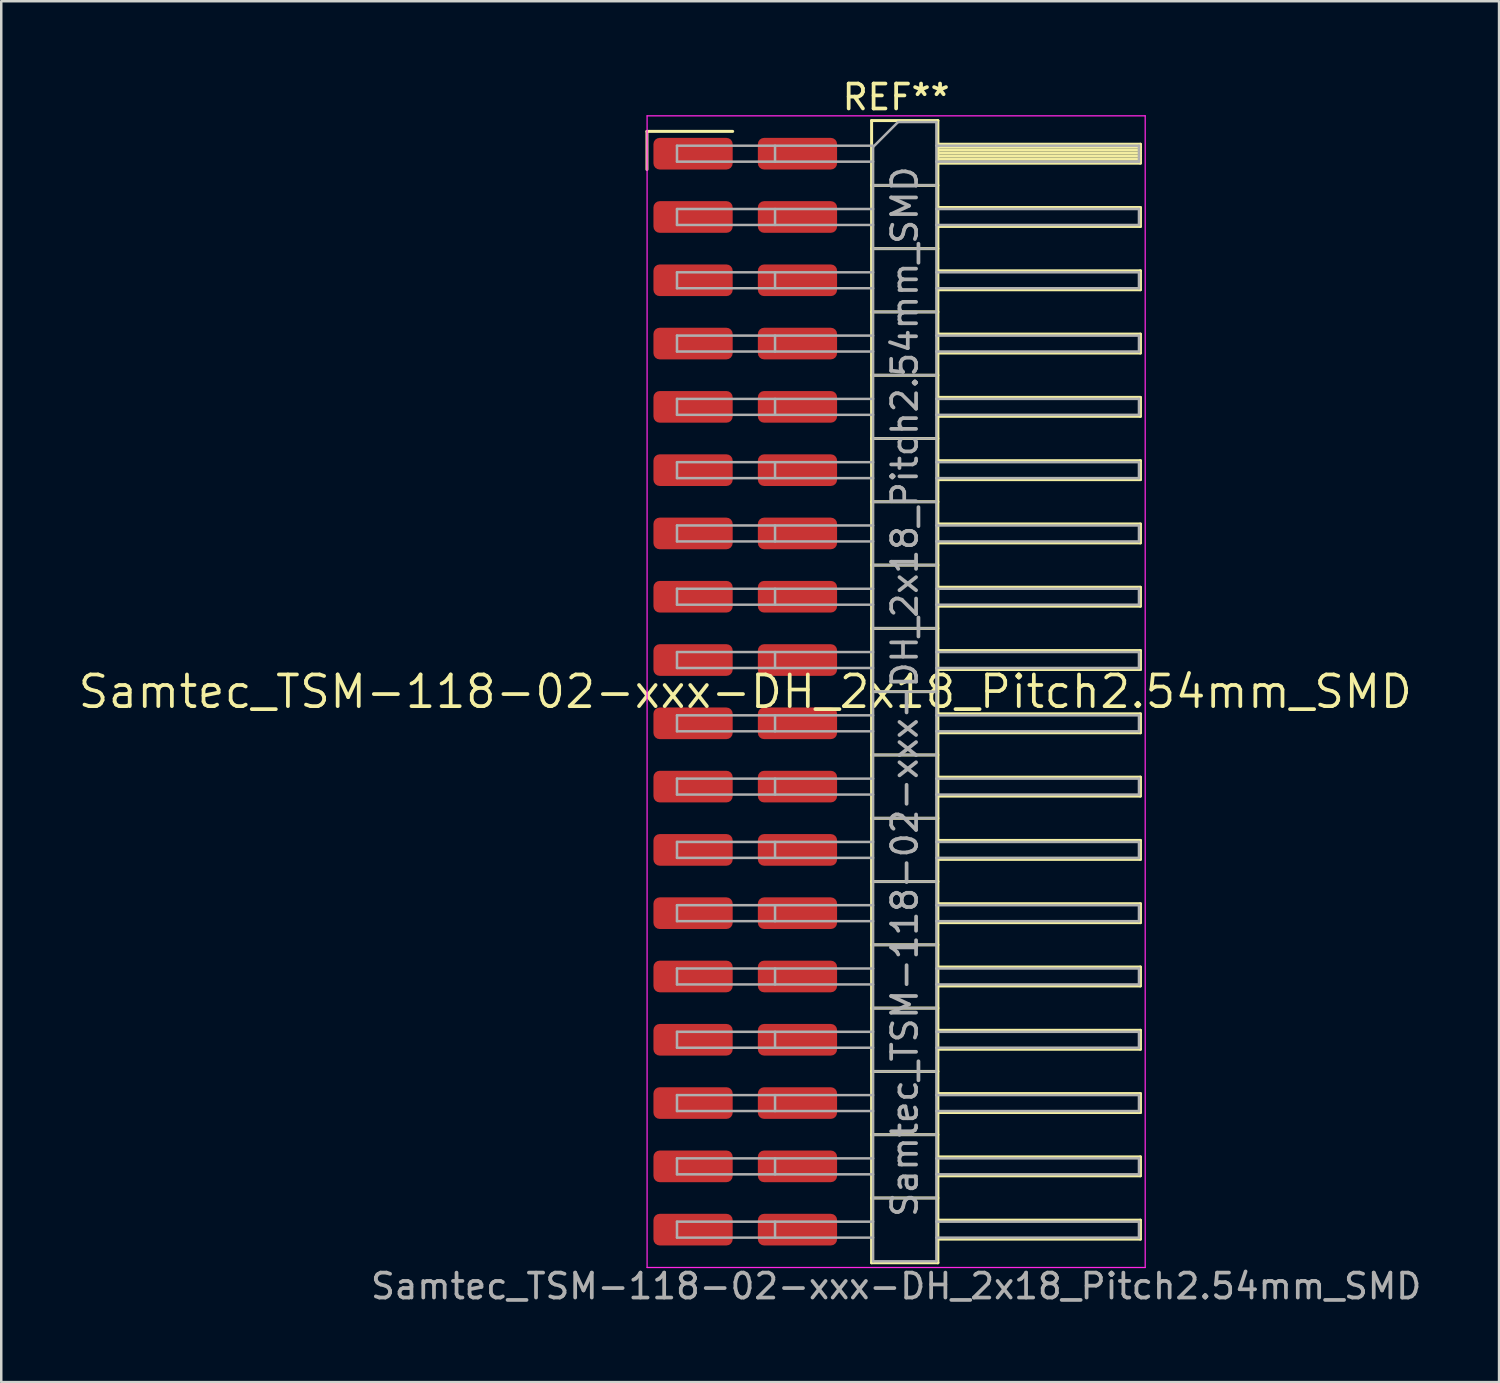
<source format=kicad_pcb>
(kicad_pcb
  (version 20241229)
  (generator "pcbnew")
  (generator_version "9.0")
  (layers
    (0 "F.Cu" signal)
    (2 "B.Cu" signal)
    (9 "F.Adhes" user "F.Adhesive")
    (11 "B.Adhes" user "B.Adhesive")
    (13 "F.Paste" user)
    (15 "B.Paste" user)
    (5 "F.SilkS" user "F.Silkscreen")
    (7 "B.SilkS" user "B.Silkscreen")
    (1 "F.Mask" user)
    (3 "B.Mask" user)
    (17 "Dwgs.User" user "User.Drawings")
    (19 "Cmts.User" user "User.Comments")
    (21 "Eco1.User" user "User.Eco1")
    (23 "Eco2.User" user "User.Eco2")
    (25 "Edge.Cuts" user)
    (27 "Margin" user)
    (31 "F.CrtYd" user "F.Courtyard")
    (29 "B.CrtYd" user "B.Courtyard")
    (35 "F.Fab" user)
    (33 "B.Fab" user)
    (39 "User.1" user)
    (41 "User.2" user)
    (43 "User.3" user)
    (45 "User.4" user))
  (footprint "Samtec_TSM-118-02-xxx-DH_2x18_Pitch2.54mm_SMD"
    (layer "F.Cu")
    (at 26.859 24.708)
    (property "Reference" "Samtec_TSM-118-02-xxx-DH_2x18_Pitch2.54mm_SMD" (at 0 0 0) (layer "F.SilkS") (effects (font (size 1.27 1.27) (thickness 0.15))))
    (attr smd)
    (fp_line (start -3.945 -22.485) (end -0.505 -22.485) (stroke (width 0.12) (type solid)) (layer "F.SilkS"))
    (fp_line (start -3.945 -20.955) (end -3.945 -22.485) (stroke (width 0.12) (type solid)) (layer "F.SilkS"))
    (fp_line (start 5.07 -22.92) (end 7.73 -22.92) (stroke (width 0.12) (type solid)) (layer "F.SilkS"))
    (fp_line (start 5.07 -20.32) (end 7.73 -20.32) (stroke (width 0.12) (type solid)) (layer "F.SilkS"))
    (fp_line (start 5.07 -17.78) (end 7.73 -17.78) (stroke (width 0.12) (type solid)) (layer "F.SilkS"))
    (fp_line (start 5.07 -15.24) (end 7.73 -15.24) (stroke (width 0.12) (type solid)) (layer "F.SilkS"))
    (fp_line (start 5.07 -12.7) (end 7.73 -12.7) (stroke (width 0.12) (type solid)) (layer "F.SilkS"))
    (fp_line (start 5.07 -10.16) (end 7.73 -10.16) (stroke (width 0.12) (type solid)) (layer "F.SilkS"))
    (fp_line (start 5.07 -7.62) (end 7.73 -7.62) (stroke (width 0.12) (type solid)) (layer "F.SilkS"))
    (fp_line (start 5.07 -5.08) (end 7.73 -5.08) (stroke (width 0.12) (type solid)) (layer "F.SilkS"))
    (fp_line (start 5.07 -2.54) (end 7.73 -2.54) (stroke (width 0.12) (type solid)) (layer "F.SilkS"))
    (fp_line (start 5.07 0) (end 7.73 0) (stroke (width 0.12) (type solid)) (layer "F.SilkS"))
    (fp_line (start 5.07 2.54) (end 7.73 2.54) (stroke (width 0.12) (type solid)) (layer "F.SilkS"))
    (fp_line (start 5.07 5.08) (end 7.73 5.08) (stroke (width 0.12) (type solid)) (layer "F.SilkS"))
    (fp_line (start 5.07 7.62) (end 7.73 7.62) (stroke (width 0.12) (type solid)) (layer "F.SilkS"))
    (fp_line (start 5.07 10.16) (end 7.73 10.16) (stroke (width 0.12) (type solid)) (layer "F.SilkS"))
    (fp_line (start 5.07 12.7) (end 7.73 12.7) (stroke (width 0.12) (type solid)) (layer "F.SilkS"))
    (fp_line (start 5.07 15.24) (end 7.73 15.24) (stroke (width 0.12) (type solid)) (layer "F.SilkS"))
    (fp_line (start 5.07 17.78) (end 7.73 17.78) (stroke (width 0.12) (type solid)) (layer "F.SilkS"))
    (fp_line (start 5.07 20.32) (end 7.73 20.32) (stroke (width 0.12) (type solid)) (layer "F.SilkS"))
    (fp_line (start 5.07 22.92) (end 5.07 -22.92) (stroke (width 0.12) (type solid)) (layer "F.SilkS"))
    (fp_line (start 7.73 -22.92) (end 7.73 22.92) (stroke (width 0.12) (type solid)) (layer "F.SilkS"))
    (fp_line (start 7.73 -21.97) (end 15.86 -21.97) (stroke (width 0.12) (type solid)) (layer "F.SilkS"))
    (fp_line (start 7.73 -21.85) (end 15.86 -21.85) (stroke (width 0.12) (type solid)) (layer "F.SilkS"))
    (fp_line (start 7.73 -21.73) (end 15.86 -21.73) (stroke (width 0.12) (type solid)) (layer "F.SilkS"))
    (fp_line (start 7.73 -21.61) (end 15.86 -21.61) (stroke (width 0.12) (type solid)) (layer "F.SilkS"))
    (fp_line (start 7.73 -21.49) (end 15.86 -21.49) (stroke (width 0.12) (type solid)) (layer "F.SilkS"))
    (fp_line (start 7.73 -21.37) (end 15.86 -21.37) (stroke (width 0.12) (type solid)) (layer "F.SilkS"))
    (fp_line (start 7.73 -21.25) (end 15.86 -21.25) (stroke (width 0.12) (type solid)) (layer "F.SilkS"))
    (fp_line (start 7.73 -21.21) (end 15.86 -21.21) (stroke (width 0.12) (type solid)) (layer "F.SilkS"))
    (fp_line (start 7.73 -19.43) (end 15.86 -19.43) (stroke (width 0.12) (type solid)) (layer "F.SilkS"))
    (fp_line (start 7.73 -18.67) (end 15.86 -18.67) (stroke (width 0.12) (type solid)) (layer "F.SilkS"))
    (fp_line (start 7.73 -16.89) (end 15.86 -16.89) (stroke (width 0.12) (type solid)) (layer "F.SilkS"))
    (fp_line (start 7.73 -16.13) (end 15.86 -16.13) (stroke (width 0.12) (type solid)) (layer "F.SilkS"))
    (fp_line (start 7.73 -14.35) (end 15.86 -14.35) (stroke (width 0.12) (type solid)) (layer "F.SilkS"))
    (fp_line (start 7.73 -13.59) (end 15.86 -13.59) (stroke (width 0.12) (type solid)) (layer "F.SilkS"))
    (fp_line (start 7.73 -11.81) (end 15.86 -11.81) (stroke (width 0.12) (type solid)) (layer "F.SilkS"))
    (fp_line (start 7.73 -11.05) (end 15.86 -11.05) (stroke (width 0.12) (type solid)) (layer "F.SilkS"))
    (fp_line (start 7.73 -9.27) (end 15.86 -9.27) (stroke (width 0.12) (type solid)) (layer "F.SilkS"))
    (fp_line (start 7.73 -8.51) (end 15.86 -8.51) (stroke (width 0.12) (type solid)) (layer "F.SilkS"))
    (fp_line (start 7.73 -6.73) (end 15.86 -6.73) (stroke (width 0.12) (type solid)) (layer "F.SilkS"))
    (fp_line (start 7.73 -5.97) (end 15.86 -5.97) (stroke (width 0.12) (type solid)) (layer "F.SilkS"))
    (fp_line (start 7.73 -4.19) (end 15.86 -4.19) (stroke (width 0.12) (type solid)) (layer "F.SilkS"))
    (fp_line (start 7.73 -3.43) (end 15.86 -3.43) (stroke (width 0.12) (type solid)) (layer "F.SilkS"))
    (fp_line (start 7.73 -1.65) (end 15.86 -1.65) (stroke (width 0.12) (type solid)) (layer "F.SilkS"))
    (fp_line (start 7.73 -0.89) (end 15.86 -0.89) (stroke (width 0.12) (type solid)) (layer "F.SilkS"))
    (fp_line (start 7.73 0.89) (end 15.86 0.89) (stroke (width 0.12) (type solid)) (layer "F.SilkS"))
    (fp_line (start 7.73 1.65) (end 15.86 1.65) (stroke (width 0.12) (type solid)) (layer "F.SilkS"))
    (fp_line (start 7.73 3.43) (end 15.86 3.43) (stroke (width 0.12) (type solid)) (layer "F.SilkS"))
    (fp_line (start 7.73 4.19) (end 15.86 4.19) (stroke (width 0.12) (type solid)) (layer "F.SilkS"))
    (fp_line (start 7.73 5.97) (end 15.86 5.97) (stroke (width 0.12) (type solid)) (layer "F.SilkS"))
    (fp_line (start 7.73 6.73) (end 15.86 6.73) (stroke (width 0.12) (type solid)) (layer "F.SilkS"))
    (fp_line (start 7.73 8.51) (end 15.86 8.51) (stroke (width 0.12) (type solid)) (layer "F.SilkS"))
    (fp_line (start 7.73 9.27) (end 15.86 9.27) (stroke (width 0.12) (type solid)) (layer "F.SilkS"))
    (fp_line (start 7.73 11.05) (end 15.86 11.05) (stroke (width 0.12) (type solid)) (layer "F.SilkS"))
    (fp_line (start 7.73 11.81) (end 15.86 11.81) (stroke (width 0.12) (type solid)) (layer "F.SilkS"))
    (fp_line (start 7.73 13.59) (end 15.86 13.59) (stroke (width 0.12) (type solid)) (layer "F.SilkS"))
    (fp_line (start 7.73 14.35) (end 15.86 14.35) (stroke (width 0.12) (type solid)) (layer "F.SilkS"))
    (fp_line (start 7.73 16.13) (end 15.86 16.13) (stroke (width 0.12) (type solid)) (layer "F.SilkS"))
    (fp_line (start 7.73 16.89) (end 15.86 16.89) (stroke (width 0.12) (type solid)) (layer "F.SilkS"))
    (fp_line (start 7.73 18.67) (end 15.86 18.67) (stroke (width 0.12) (type solid)) (layer "F.SilkS"))
    (fp_line (start 7.73 19.43) (end 15.86 19.43) (stroke (width 0.12) (type solid)) (layer "F.SilkS"))
    (fp_line (start 7.73 21.21) (end 15.86 21.21) (stroke (width 0.12) (type solid)) (layer "F.SilkS"))
    (fp_line (start 7.73 21.97) (end 15.86 21.97) (stroke (width 0.12) (type solid)) (layer "F.SilkS"))
    (fp_line (start 7.73 22.92) (end 5.07 22.92) (stroke (width 0.12) (type solid)) (layer "F.SilkS"))
    (fp_line (start 15.86 -21.97) (end 15.86 -21.21) (stroke (width 0.12) (type solid)) (layer "F.SilkS"))
    (fp_line (start 15.86 -19.43) (end 15.86 -18.67) (stroke (width 0.12) (type solid)) (layer "F.SilkS"))
    (fp_line (start 15.86 -16.89) (end 15.86 -16.13) (stroke (width 0.12) (type solid)) (layer "F.SilkS"))
    (fp_line (start 15.86 -14.35) (end 15.86 -13.59) (stroke (width 0.12) (type solid)) (layer "F.SilkS"))
    (fp_line (start 15.86 -11.81) (end 15.86 -11.05) (stroke (width 0.12) (type solid)) (layer "F.SilkS"))
    (fp_line (start 15.86 -9.27) (end 15.86 -8.51) (stroke (width 0.12) (type solid)) (layer "F.SilkS"))
    (fp_line (start 15.86 -6.73) (end 15.86 -5.97) (stroke (width 0.12) (type solid)) (layer "F.SilkS"))
    (fp_line (start 15.86 -4.19) (end 15.86 -3.43) (stroke (width 0.12) (type solid)) (layer "F.SilkS"))
    (fp_line (start 15.86 -1.65) (end 15.86 -0.89) (stroke (width 0.12) (type solid)) (layer "F.SilkS"))
    (fp_line (start 15.86 0.89) (end 15.86 1.65) (stroke (width 0.12) (type solid)) (layer "F.SilkS"))
    (fp_line (start 15.86 3.43) (end 15.86 4.19) (stroke (width 0.12) (type solid)) (layer "F.SilkS"))
    (fp_line (start 15.86 5.97) (end 15.86 6.73) (stroke (width 0.12) (type solid)) (layer "F.SilkS"))
    (fp_line (start 15.86 8.51) (end 15.86 9.27) (stroke (width 0.12) (type solid)) (layer "F.SilkS"))
    (fp_line (start 15.86 11.05) (end 15.86 11.81) (stroke (width 0.12) (type solid)) (layer "F.SilkS"))
    (fp_line (start 15.86 13.59) (end 15.86 14.35) (stroke (width 0.12) (type solid)) (layer "F.SilkS"))
    (fp_line (start 15.86 16.13) (end 15.86 16.89) (stroke (width 0.12) (type solid)) (layer "F.SilkS"))
    (fp_line (start 15.86 18.67) (end 15.86 19.43) (stroke (width 0.12) (type solid)) (layer "F.SilkS"))
    (fp_line (start 15.86 21.21) (end 15.86 21.97) (stroke (width 0.12) (type solid)) (layer "F.SilkS"))
    (fp_line (start -3.94 -23.11) (end 16.05 -23.11) (stroke (width 0.05) (type solid)) (layer "F.CrtYd"))
    (fp_line (start -3.94 23.11) (end -3.94 -23.11) (stroke (width 0.05) (type solid)) (layer "F.CrtYd"))
    (fp_line (start 16.05 -23.11) (end 16.05 23.11) (stroke (width 0.05) (type solid)) (layer "F.CrtYd"))
    (fp_line (start 16.05 23.11) (end -3.94 23.11) (stroke (width 0.05) (type solid)) (layer "F.CrtYd"))
    (fp_line (start -2.74 -21.91) (end -2.74 -21.27) (stroke (width 0.1) (type solid)) (layer "F.Fab"))
    (fp_line (start -2.74 -21.91) (end 5.13 -21.91) (stroke (width 0.1) (type solid)) (layer "F.Fab"))
    (fp_line (start -2.74 -21.27) (end 5.13 -21.27) (stroke (width 0.1) (type solid)) (layer "F.Fab"))
    (fp_line (start -2.74 -19.37) (end -2.74 -18.73) (stroke (width 0.1) (type solid)) (layer "F.Fab"))
    (fp_line (start -2.74 -19.37) (end 5.13 -19.37) (stroke (width 0.1) (type solid)) (layer "F.Fab"))
    (fp_line (start -2.74 -18.73) (end 5.13 -18.73) (stroke (width 0.1) (type solid)) (layer "F.Fab"))
    (fp_line (start -2.74 -16.83) (end -2.74 -16.19) (stroke (width 0.1) (type solid)) (layer "F.Fab"))
    (fp_line (start -2.74 -16.83) (end 5.13 -16.83) (stroke (width 0.1) (type solid)) (layer "F.Fab"))
    (fp_line (start -2.74 -16.19) (end 5.13 -16.19) (stroke (width 0.1) (type solid)) (layer "F.Fab"))
    (fp_line (start -2.74 -14.29) (end -2.74 -13.65) (stroke (width 0.1) (type solid)) (layer "F.Fab"))
    (fp_line (start -2.74 -14.29) (end 5.13 -14.29) (stroke (width 0.1) (type solid)) (layer "F.Fab"))
    (fp_line (start -2.74 -13.65) (end 5.13 -13.65) (stroke (width 0.1) (type solid)) (layer "F.Fab"))
    (fp_line (start -2.74 -11.75) (end -2.74 -11.11) (stroke (width 0.1) (type solid)) (layer "F.Fab"))
    (fp_line (start -2.74 -11.75) (end 5.13 -11.75) (stroke (width 0.1) (type solid)) (layer "F.Fab"))
    (fp_line (start -2.74 -11.11) (end 5.13 -11.11) (stroke (width 0.1) (type solid)) (layer "F.Fab"))
    (fp_line (start -2.74 -9.21) (end -2.74 -8.57) (stroke (width 0.1) (type solid)) (layer "F.Fab"))
    (fp_line (start -2.74 -9.21) (end 5.13 -9.21) (stroke (width 0.1) (type solid)) (layer "F.Fab"))
    (fp_line (start -2.74 -8.57) (end 5.13 -8.57) (stroke (width 0.1) (type solid)) (layer "F.Fab"))
    (fp_line (start -2.74 -6.67) (end -2.74 -6.03) (stroke (width 0.1) (type solid)) (layer "F.Fab"))
    (fp_line (start -2.74 -6.67) (end 5.13 -6.67) (stroke (width 0.1) (type solid)) (layer "F.Fab"))
    (fp_line (start -2.74 -6.03) (end 5.13 -6.03) (stroke (width 0.1) (type solid)) (layer "F.Fab"))
    (fp_line (start -2.74 -4.13) (end -2.74 -3.49) (stroke (width 0.1) (type solid)) (layer "F.Fab"))
    (fp_line (start -2.74 -4.13) (end 5.13 -4.13) (stroke (width 0.1) (type solid)) (layer "F.Fab"))
    (fp_line (start -2.74 -3.49) (end 5.13 -3.49) (stroke (width 0.1) (type solid)) (layer "F.Fab"))
    (fp_line (start -2.74 -1.59) (end -2.74 -0.95) (stroke (width 0.1) (type solid)) (layer "F.Fab"))
    (fp_line (start -2.74 -1.59) (end 5.13 -1.59) (stroke (width 0.1) (type solid)) (layer "F.Fab"))
    (fp_line (start -2.74 -0.95) (end 5.13 -0.95) (stroke (width 0.1) (type solid)) (layer "F.Fab"))
    (fp_line (start -2.74 0.95) (end -2.74 1.59) (stroke (width 0.1) (type solid)) (layer "F.Fab"))
    (fp_line (start -2.74 0.95) (end 5.13 0.95) (stroke (width 0.1) (type solid)) (layer "F.Fab"))
    (fp_line (start -2.74 1.59) (end 5.13 1.59) (stroke (width 0.1) (type solid)) (layer "F.Fab"))
    (fp_line (start -2.74 3.49) (end -2.74 4.13) (stroke (width 0.1) (type solid)) (layer "F.Fab"))
    (fp_line (start -2.74 3.49) (end 5.13 3.49) (stroke (width 0.1) (type solid)) (layer "F.Fab"))
    (fp_line (start -2.74 4.13) (end 5.13 4.13) (stroke (width 0.1) (type solid)) (layer "F.Fab"))
    (fp_line (start -2.74 6.03) (end -2.74 6.67) (stroke (width 0.1) (type solid)) (layer "F.Fab"))
    (fp_line (start -2.74 6.03) (end 5.13 6.03) (stroke (width 0.1) (type solid)) (layer "F.Fab"))
    (fp_line (start -2.74 6.67) (end 5.13 6.67) (stroke (width 0.1) (type solid)) (layer "F.Fab"))
    (fp_line (start -2.74 8.57) (end -2.74 9.21) (stroke (width 0.1) (type solid)) (layer "F.Fab"))
    (fp_line (start -2.74 8.57) (end 5.13 8.57) (stroke (width 0.1) (type solid)) (layer "F.Fab"))
    (fp_line (start -2.74 9.21) (end 5.13 9.21) (stroke (width 0.1) (type solid)) (layer "F.Fab"))
    (fp_line (start -2.74 11.11) (end -2.74 11.75) (stroke (width 0.1) (type solid)) (layer "F.Fab"))
    (fp_line (start -2.74 11.11) (end 5.13 11.11) (stroke (width 0.1) (type solid)) (layer "F.Fab"))
    (fp_line (start -2.74 11.75) (end 5.13 11.75) (stroke (width 0.1) (type solid)) (layer "F.Fab"))
    (fp_line (start -2.74 13.65) (end -2.74 14.29) (stroke (width 0.1) (type solid)) (layer "F.Fab"))
    (fp_line (start -2.74 13.65) (end 5.13 13.65) (stroke (width 0.1) (type solid)) (layer "F.Fab"))
    (fp_line (start -2.74 14.29) (end 5.13 14.29) (stroke (width 0.1) (type solid)) (layer "F.Fab"))
    (fp_line (start -2.74 16.19) (end -2.74 16.83) (stroke (width 0.1) (type solid)) (layer "F.Fab"))
    (fp_line (start -2.74 16.19) (end 5.13 16.19) (stroke (width 0.1) (type solid)) (layer "F.Fab"))
    (fp_line (start -2.74 16.83) (end 5.13 16.83) (stroke (width 0.1) (type solid)) (layer "F.Fab"))
    (fp_line (start -2.74 18.73) (end -2.74 19.37) (stroke (width 0.1) (type solid)) (layer "F.Fab"))
    (fp_line (start -2.74 18.73) (end 5.13 18.73) (stroke (width 0.1) (type solid)) (layer "F.Fab"))
    (fp_line (start -2.74 19.37) (end 5.13 19.37) (stroke (width 0.1) (type solid)) (layer "F.Fab"))
    (fp_line (start -2.74 21.27) (end -2.74 21.91) (stroke (width 0.1) (type solid)) (layer "F.Fab"))
    (fp_line (start -2.74 21.27) (end 5.13 21.27) (stroke (width 0.1) (type solid)) (layer "F.Fab"))
    (fp_line (start -2.74 21.91) (end 5.13 21.91) (stroke (width 0.1) (type solid)) (layer "F.Fab"))
    (fp_line (start 1.195 -21.91) (end 1.195 -21.27) (stroke (width 0.1) (type solid)) (layer "F.Fab"))
    (fp_line (start 1.195 -19.37) (end 1.195 -18.73) (stroke (width 0.1) (type solid)) (layer "F.Fab"))
    (fp_line (start 1.195 -16.83) (end 1.195 -16.19) (stroke (width 0.1) (type solid)) (layer "F.Fab"))
    (fp_line (start 1.195 -14.29) (end 1.195 -13.65) (stroke (width 0.1) (type solid)) (layer "F.Fab"))
    (fp_line (start 1.195 -11.75) (end 1.195 -11.11) (stroke (width 0.1) (type solid)) (layer "F.Fab"))
    (fp_line (start 1.195 -9.21) (end 1.195 -8.57) (stroke (width 0.1) (type solid)) (layer "F.Fab"))
    (fp_line (start 1.195 -6.67) (end 1.195 -6.03) (stroke (width 0.1) (type solid)) (layer "F.Fab"))
    (fp_line (start 1.195 -4.13) (end 1.195 -3.49) (stroke (width 0.1) (type solid)) (layer "F.Fab"))
    (fp_line (start 1.195 -1.59) (end 1.195 -0.95) (stroke (width 0.1) (type solid)) (layer "F.Fab"))
    (fp_line (start 1.195 0.95) (end 1.195 1.59) (stroke (width 0.1) (type solid)) (layer "F.Fab"))
    (fp_line (start 1.195 3.49) (end 1.195 4.13) (stroke (width 0.1) (type solid)) (layer "F.Fab"))
    (fp_line (start 1.195 6.03) (end 1.195 6.67) (stroke (width 0.1) (type solid)) (layer "F.Fab"))
    (fp_line (start 1.195 8.57) (end 1.195 9.21) (stroke (width 0.1) (type solid)) (layer "F.Fab"))
    (fp_line (start 1.195 11.11) (end 1.195 11.75) (stroke (width 0.1) (type solid)) (layer "F.Fab"))
    (fp_line (start 1.195 13.65) (end 1.195 14.29) (stroke (width 0.1) (type solid)) (layer "F.Fab"))
    (fp_line (start 1.195 16.19) (end 1.195 16.83) (stroke (width 0.1) (type solid)) (layer "F.Fab"))
    (fp_line (start 1.195 18.73) (end 1.195 19.37) (stroke (width 0.1) (type solid)) (layer "F.Fab"))
    (fp_line (start 1.195 21.27) (end 1.195 21.91) (stroke (width 0.1) (type solid)) (layer "F.Fab"))
    (fp_line (start 5.13 -21.86) (end 6.13 -22.86) (stroke (width 0.1) (type solid)) (layer "F.Fab"))
    (fp_line (start 5.13 -20.32) (end 7.67 -20.32) (stroke (width 0.1) (type solid)) (layer "F.Fab"))
    (fp_line (start 5.13 -17.78) (end 7.67 -17.78) (stroke (width 0.1) (type solid)) (layer "F.Fab"))
    (fp_line (start 5.13 -15.24) (end 7.67 -15.24) (stroke (width 0.1) (type solid)) (layer "F.Fab"))
    (fp_line (start 5.13 -12.7) (end 7.67 -12.7) (stroke (width 0.1) (type solid)) (layer "F.Fab"))
    (fp_line (start 5.13 -10.16) (end 7.67 -10.16) (stroke (width 0.1) (type solid)) (layer "F.Fab"))
    (fp_line (start 5.13 -7.62) (end 7.67 -7.62) (stroke (width 0.1) (type solid)) (layer "F.Fab"))
    (fp_line (start 5.13 -5.08) (end 7.67 -5.08) (stroke (width 0.1) (type solid)) (layer "F.Fab"))
    (fp_line (start 5.13 -2.54) (end 7.67 -2.54) (stroke (width 0.1) (type solid)) (layer "F.Fab"))
    (fp_line (start 5.13 0) (end 7.67 0) (stroke (width 0.1) (type solid)) (layer "F.Fab"))
    (fp_line (start 5.13 2.54) (end 7.67 2.54) (stroke (width 0.1) (type solid)) (layer "F.Fab"))
    (fp_line (start 5.13 5.08) (end 7.67 5.08) (stroke (width 0.1) (type solid)) (layer "F.Fab"))
    (fp_line (start 5.13 7.62) (end 7.67 7.62) (stroke (width 0.1) (type solid)) (layer "F.Fab"))
    (fp_line (start 5.13 10.16) (end 7.67 10.16) (stroke (width 0.1) (type solid)) (layer "F.Fab"))
    (fp_line (start 5.13 12.7) (end 7.67 12.7) (stroke (width 0.1) (type solid)) (layer "F.Fab"))
    (fp_line (start 5.13 15.24) (end 7.67 15.24) (stroke (width 0.1) (type solid)) (layer "F.Fab"))
    (fp_line (start 5.13 17.78) (end 7.67 17.78) (stroke (width 0.1) (type solid)) (layer "F.Fab"))
    (fp_line (start 5.13 20.32) (end 7.67 20.32) (stroke (width 0.1) (type solid)) (layer "F.Fab"))
    (fp_line (start 5.13 22.86) (end 5.13 -21.86) (stroke (width 0.1) (type solid)) (layer "F.Fab"))
    (fp_line (start 6.13 -22.86) (end 7.67 -22.86) (stroke (width 0.1) (type solid)) (layer "F.Fab"))
    (fp_line (start 7.67 -22.86) (end 7.67 22.86) (stroke (width 0.1) (type solid)) (layer "F.Fab"))
    (fp_line (start 7.67 -21.91) (end 15.8 -21.91) (stroke (width 0.1) (type solid)) (layer "F.Fab"))
    (fp_line (start 7.67 -21.27) (end 15.8 -21.27) (stroke (width 0.1) (type solid)) (layer "F.Fab"))
    (fp_line (start 7.67 -19.37) (end 15.8 -19.37) (stroke (width 0.1) (type solid)) (layer "F.Fab"))
    (fp_line (start 7.67 -18.73) (end 15.8 -18.73) (stroke (width 0.1) (type solid)) (layer "F.Fab"))
    (fp_line (start 7.67 -16.83) (end 15.8 -16.83) (stroke (width 0.1) (type solid)) (layer "F.Fab"))
    (fp_line (start 7.67 -16.19) (end 15.8 -16.19) (stroke (width 0.1) (type solid)) (layer "F.Fab"))
    (fp_line (start 7.67 -14.29) (end 15.8 -14.29) (stroke (width 0.1) (type solid)) (layer "F.Fab"))
    (fp_line (start 7.67 -13.65) (end 15.8 -13.65) (stroke (width 0.1) (type solid)) (layer "F.Fab"))
    (fp_line (start 7.67 -11.75) (end 15.8 -11.75) (stroke (width 0.1) (type solid)) (layer "F.Fab"))
    (fp_line (start 7.67 -11.11) (end 15.8 -11.11) (stroke (width 0.1) (type solid)) (layer "F.Fab"))
    (fp_line (start 7.67 -9.21) (end 15.8 -9.21) (stroke (width 0.1) (type solid)) (layer "F.Fab"))
    (fp_line (start 7.67 -8.57) (end 15.8 -8.57) (stroke (width 0.1) (type solid)) (layer "F.Fab"))
    (fp_line (start 7.67 -6.67) (end 15.8 -6.67) (stroke (width 0.1) (type solid)) (layer "F.Fab"))
    (fp_line (start 7.67 -6.03) (end 15.8 -6.03) (stroke (width 0.1) (type solid)) (layer "F.Fab"))
    (fp_line (start 7.67 -4.13) (end 15.8 -4.13) (stroke (width 0.1) (type solid)) (layer "F.Fab"))
    (fp_line (start 7.67 -3.49) (end 15.8 -3.49) (stroke (width 0.1) (type solid)) (layer "F.Fab"))
    (fp_line (start 7.67 -1.59) (end 15.8 -1.59) (stroke (width 0.1) (type solid)) (layer "F.Fab"))
    (fp_line (start 7.67 -0.95) (end 15.8 -0.95) (stroke (width 0.1) (type solid)) (layer "F.Fab"))
    (fp_line (start 7.67 0.95) (end 15.8 0.95) (stroke (width 0.1) (type solid)) (layer "F.Fab"))
    (fp_line (start 7.67 1.59) (end 15.8 1.59) (stroke (width 0.1) (type solid)) (layer "F.Fab"))
    (fp_line (start 7.67 3.49) (end 15.8 3.49) (stroke (width 0.1) (type solid)) (layer "F.Fab"))
    (fp_line (start 7.67 4.13) (end 15.8 4.13) (stroke (width 0.1) (type solid)) (layer "F.Fab"))
    (fp_line (start 7.67 6.03) (end 15.8 6.03) (stroke (width 0.1) (type solid)) (layer "F.Fab"))
    (fp_line (start 7.67 6.67) (end 15.8 6.67) (stroke (width 0.1) (type solid)) (layer "F.Fab"))
    (fp_line (start 7.67 8.57) (end 15.8 8.57) (stroke (width 0.1) (type solid)) (layer "F.Fab"))
    (fp_line (start 7.67 9.21) (end 15.8 9.21) (stroke (width 0.1) (type solid)) (layer "F.Fab"))
    (fp_line (start 7.67 11.11) (end 15.8 11.11) (stroke (width 0.1) (type solid)) (layer "F.Fab"))
    (fp_line (start 7.67 11.75) (end 15.8 11.75) (stroke (width 0.1) (type solid)) (layer "F.Fab"))
    (fp_line (start 7.67 13.65) (end 15.8 13.65) (stroke (width 0.1) (type solid)) (layer "F.Fab"))
    (fp_line (start 7.67 14.29) (end 15.8 14.29) (stroke (width 0.1) (type solid)) (layer "F.Fab"))
    (fp_line (start 7.67 16.19) (end 15.8 16.19) (stroke (width 0.1) (type solid)) (layer "F.Fab"))
    (fp_line (start 7.67 16.83) (end 15.8 16.83) (stroke (width 0.1) (type solid)) (layer "F.Fab"))
    (fp_line (start 7.67 18.73) (end 15.8 18.73) (stroke (width 0.1) (type solid)) (layer "F.Fab"))
    (fp_line (start 7.67 19.37) (end 15.8 19.37) (stroke (width 0.1) (type solid)) (layer "F.Fab"))
    (fp_line (start 7.67 21.27) (end 15.8 21.27) (stroke (width 0.1) (type solid)) (layer "F.Fab"))
    (fp_line (start 7.67 21.91) (end 15.8 21.91) (stroke (width 0.1) (type solid)) (layer "F.Fab"))
    (fp_line (start 7.67 22.86) (end 5.13 22.86) (stroke (width 0.1) (type solid)) (layer "F.Fab"))
    (fp_line (start 15.8 -21.91) (end 15.8 -21.27) (stroke (width 0.1) (type solid)) (layer "F.Fab"))
    (fp_line (start 15.8 -19.37) (end 15.8 -18.73) (stroke (width 0.1) (type solid)) (layer "F.Fab"))
    (fp_line (start 15.8 -16.83) (end 15.8 -16.19) (stroke (width 0.1) (type solid)) (layer "F.Fab"))
    (fp_line (start 15.8 -14.29) (end 15.8 -13.65) (stroke (width 0.1) (type solid)) (layer "F.Fab"))
    (fp_line (start 15.8 -11.75) (end 15.8 -11.11) (stroke (width 0.1) (type solid)) (layer "F.Fab"))
    (fp_line (start 15.8 -9.21) (end 15.8 -8.57) (stroke (width 0.1) (type solid)) (layer "F.Fab"))
    (fp_line (start 15.8 -6.67) (end 15.8 -6.03) (stroke (width 0.1) (type solid)) (layer "F.Fab"))
    (fp_line (start 15.8 -4.13) (end 15.8 -3.49) (stroke (width 0.1) (type solid)) (layer "F.Fab"))
    (fp_line (start 15.8 -1.59) (end 15.8 -0.95) (stroke (width 0.1) (type solid)) (layer "F.Fab"))
    (fp_line (start 15.8 0.95) (end 15.8 1.59) (stroke (width 0.1) (type solid)) (layer "F.Fab"))
    (fp_line (start 15.8 3.49) (end 15.8 4.13) (stroke (width 0.1) (type solid)) (layer "F.Fab"))
    (fp_line (start 15.8 6.03) (end 15.8 6.67) (stroke (width 0.1) (type solid)) (layer "F.Fab"))
    (fp_line (start 15.8 8.57) (end 15.8 9.21) (stroke (width 0.1) (type solid)) (layer "F.Fab"))
    (fp_line (start 15.8 11.11) (end 15.8 11.75) (stroke (width 0.1) (type solid)) (layer "F.Fab"))
    (fp_line (start 15.8 13.65) (end 15.8 14.29) (stroke (width 0.1) (type solid)) (layer "F.Fab"))
    (fp_line (start 15.8 16.19) (end 15.8 16.83) (stroke (width 0.1) (type solid)) (layer "F.Fab"))
    (fp_line (start 15.8 18.73) (end 15.8 19.37) (stroke (width 0.1) (type solid)) (layer "F.Fab"))
    (fp_line (start 15.8 21.27) (end 15.8 21.91) (stroke (width 0.1) (type solid)) (layer "F.Fab"))
    (fp_text user "REF**" (at 6.055 -23.86 0) (layer "F.SilkS") (effects (font (size 1 1) (thickness 0.15))))
    (fp_text user "Samtec_TSM-118-02-xxx-DH_2x18_Pitch2.54mm_SMD" (at 6.055 23.86 0) (layer "F.Fab") (effects (font (size 1 1) (thickness 0.15))))
    (fp_text user "${REFERENCE}" (at 6.4 0 90) (layer "F.Fab") (effects (font (size 1 1) (thickness 0.15))))
    (pad "1" smd roundrect (at -2.095 -21.59) (size 3.18 1.27) (layers "F.Cu" "F.Mask" "F.Paste") (roundrect_rratio 0.197))
    (pad "2" smd roundrect (at 2.095 -21.59) (size 3.18 1.27) (layers "F.Cu" "F.Mask" "F.Paste") (roundrect_rratio 0.197))
    (pad "3" smd roundrect (at -2.095 -19.05) (size 3.18 1.27) (layers "F.Cu" "F.Mask" "F.Paste") (roundrect_rratio 0.197))
    (pad "4" smd roundrect (at 2.095 -19.05) (size 3.18 1.27) (layers "F.Cu" "F.Mask" "F.Paste") (roundrect_rratio 0.197))
    (pad "5" smd roundrect (at -2.095 -16.51) (size 3.18 1.27) (layers "F.Cu" "F.Mask" "F.Paste") (roundrect_rratio 0.197))
    (pad "6" smd roundrect (at 2.095 -16.51) (size 3.18 1.27) (layers "F.Cu" "F.Mask" "F.Paste") (roundrect_rratio 0.197))
    (pad "7" smd roundrect (at -2.095 -13.97) (size 3.18 1.27) (layers "F.Cu" "F.Mask" "F.Paste") (roundrect_rratio 0.197))
    (pad "8" smd roundrect (at 2.095 -13.97) (size 3.18 1.27) (layers "F.Cu" "F.Mask" "F.Paste") (roundrect_rratio 0.197))
    (pad "9" smd roundrect (at -2.095 -11.43) (size 3.18 1.27) (layers "F.Cu" "F.Mask" "F.Paste") (roundrect_rratio 0.197))
    (pad "10" smd roundrect (at 2.095 -11.43) (size 3.18 1.27) (layers "F.Cu" "F.Mask" "F.Paste") (roundrect_rratio 0.197))
    (pad "11" smd roundrect (at -2.095 -8.89) (size 3.18 1.27) (layers "F.Cu" "F.Mask" "F.Paste") (roundrect_rratio 0.197))
    (pad "12" smd roundrect (at 2.095 -8.89) (size 3.18 1.27) (layers "F.Cu" "F.Mask" "F.Paste") (roundrect_rratio 0.197))
    (pad "13" smd roundrect (at -2.095 -6.35) (size 3.18 1.27) (layers "F.Cu" "F.Mask" "F.Paste") (roundrect_rratio 0.197))
    (pad "14" smd roundrect (at 2.095 -6.35) (size 3.18 1.27) (layers "F.Cu" "F.Mask" "F.Paste") (roundrect_rratio 0.197))
    (pad "15" smd roundrect (at -2.095 -3.81) (size 3.18 1.27) (layers "F.Cu" "F.Mask" "F.Paste") (roundrect_rratio 0.197))
    (pad "16" smd roundrect (at 2.095 -3.81) (size 3.18 1.27) (layers "F.Cu" "F.Mask" "F.Paste") (roundrect_rratio 0.197))
    (pad "17" smd roundrect (at -2.095 -1.27) (size 3.18 1.27) (layers "F.Cu" "F.Mask" "F.Paste") (roundrect_rratio 0.197))
    (pad "18" smd roundrect (at 2.095 -1.27) (size 3.18 1.27) (layers "F.Cu" "F.Mask" "F.Paste") (roundrect_rratio 0.197))
    (pad "19" smd roundrect (at -2.095 1.27) (size 3.18 1.27) (layers "F.Cu" "F.Mask" "F.Paste") (roundrect_rratio 0.197))
    (pad "20" smd roundrect (at 2.095 1.27) (size 3.18 1.27) (layers "F.Cu" "F.Mask" "F.Paste") (roundrect_rratio 0.197))
    (pad "21" smd roundrect (at -2.095 3.81) (size 3.18 1.27) (layers "F.Cu" "F.Mask" "F.Paste") (roundrect_rratio 0.197))
    (pad "22" smd roundrect (at 2.095 3.81) (size 3.18 1.27) (layers "F.Cu" "F.Mask" "F.Paste") (roundrect_rratio 0.197))
    (pad "23" smd roundrect (at -2.095 6.35) (size 3.18 1.27) (layers "F.Cu" "F.Mask" "F.Paste") (roundrect_rratio 0.197))
    (pad "24" smd roundrect (at 2.095 6.35) (size 3.18 1.27) (layers "F.Cu" "F.Mask" "F.Paste") (roundrect_rratio 0.197))
    (pad "25" smd roundrect (at -2.095 8.89) (size 3.18 1.27) (layers "F.Cu" "F.Mask" "F.Paste") (roundrect_rratio 0.197))
    (pad "26" smd roundrect (at 2.095 8.89) (size 3.18 1.27) (layers "F.Cu" "F.Mask" "F.Paste") (roundrect_rratio 0.197))
    (pad "27" smd roundrect (at -2.095 11.43) (size 3.18 1.27) (layers "F.Cu" "F.Mask" "F.Paste") (roundrect_rratio 0.197))
    (pad "28" smd roundrect (at 2.095 11.43) (size 3.18 1.27) (layers "F.Cu" "F.Mask" "F.Paste") (roundrect_rratio 0.197))
    (pad "29" smd roundrect (at -2.095 13.97) (size 3.18 1.27) (layers "F.Cu" "F.Mask" "F.Paste") (roundrect_rratio 0.197))
    (pad "30" smd roundrect (at 2.095 13.97) (size 3.18 1.27) (layers "F.Cu" "F.Mask" "F.Paste") (roundrect_rratio 0.197))
    (pad "31" smd roundrect (at -2.095 16.51) (size 3.18 1.27) (layers "F.Cu" "F.Mask" "F.Paste") (roundrect_rratio 0.197))
    (pad "32" smd roundrect (at 2.095 16.51) (size 3.18 1.27) (layers "F.Cu" "F.Mask" "F.Paste") (roundrect_rratio 0.197))
    (pad "33" smd roundrect (at -2.095 19.05) (size 3.18 1.27) (layers "F.Cu" "F.Mask" "F.Paste") (roundrect_rratio 0.197))
    (pad "34" smd roundrect (at 2.095 19.05) (size 3.18 1.27) (layers "F.Cu" "F.Mask" "F.Paste") (roundrect_rratio 0.197))
    (pad "35" smd roundrect (at -2.095 21.59) (size 3.18 1.27) (layers "F.Cu" "F.Mask" "F.Paste") (roundrect_rratio 0.197))
    (pad "36" smd roundrect (at 2.095 21.59) (size 3.18 1.27) (layers "F.Cu" "F.Mask" "F.Paste") (roundrect_rratio 0.197)))
  (gr_rect
    (start -3 -3)
    (end 57.11 52.416)
    (stroke (width 0.1) (type default))
    (fill no)
    (layer "Edge.Cuts")))
</source>
